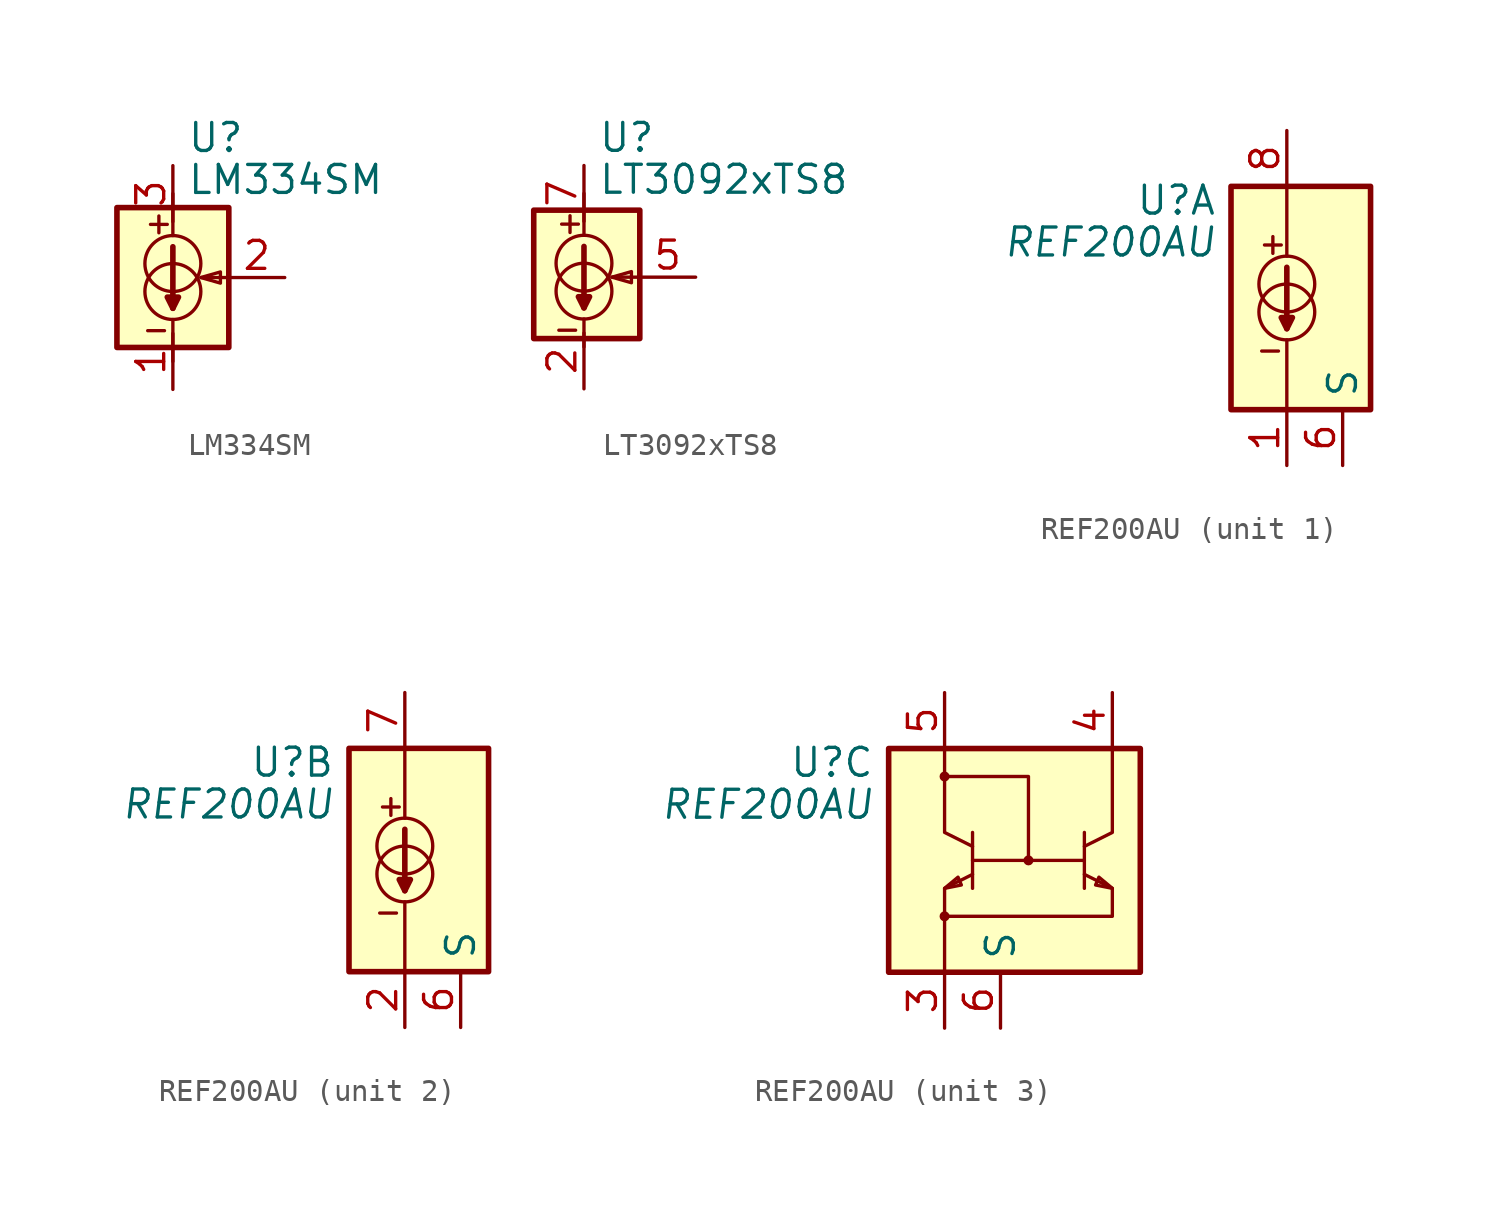
<source format=kicad_sym>
(kicad_symbol_lib
  (version 20201005)
  (generator kicad_symbol_editor)
  (symbol "LM334SM"
    (property "Reference" "U"
      (at 0.635 6.35 0)
      (effects (font (size 1.27 1.27)) (justify left)))
    (property "Value" "LM334SM"
      (at 0.635 4.445 0)
      (effects (font (size 1.27 1.27)) (justify left)))
    (symbol "LM334SM_0_1"
      (circle (center 0 -0.635) (radius 1.27) (stroke (width 0)) (fill (type none)))
      (circle (center 0 0.635) (radius 1.27) (stroke (width 0)) (fill (type none)))
      (rectangle (start -2.54 3.175) (end 2.54 -3.175) (stroke (width 0.254)) (fill (type background)))
      (polyline (pts (xy -1.143 -2.413) (xy -0.381 -2.413)) (stroke (width 0)) (fill (type none)))
      (polyline (pts (xy -1.016 2.413) (xy -0.254 2.413)) (stroke (width 0)) (fill (type none)))
      (polyline (pts (xy -0.635 2.794) (xy -0.635 2.032)) (stroke (width 0)) (fill (type none)))
      (polyline (pts (xy 0 -1.905) (xy 0 -3.81)) (stroke (width 0)) (fill (type none)))
      (polyline (pts (xy 0 1.397) (xy 0 -1.397)) (stroke (width 0.254)) (fill (type none)))
      (polyline (pts (xy 0 3.81) (xy 0 1.905)) (stroke (width 0)) (fill (type none)))
      (polyline (pts (xy 2.54 0) (xy 1.27 0)) (stroke (width 0)) (fill (type none)))
      (polyline (pts (xy 0 -1.397) (xy -0.254 -0.889) (xy 0.254 -0.889) (xy 0 -1.397)) (stroke (width 0.254)) (fill (type none)))
      (polyline (pts (xy 1.27 0) (xy 2.159 0.254) (xy 2.159 -0.254) (xy 1.27 0)) (stroke (width 0)) (fill (type none))))
    (symbol "LM334SM_1_1"
      (pin passive line (at 0 -5.08 90) (length 2.54) (name "~" (effects (font (size 1.27 1.27)))) (number "1" (effects (font (size 1.27 1.27)))))
      (pin passive line (at 5.08 0 180) (length 2.54) (name "~" (effects (font (size 1.27 1.27)))) (number "2" (effects (font (size 1.27 1.27)))))
      (pin passive line (at 0 5.08 270) (length 2.54) (name "~" (effects (font (size 1.27 1.27)))) (number "3" (effects (font (size 1.27 1.27)))))))
  (symbol "LT3092xTS8"
    (property "Reference" "U"
      (at 0.635 6.35 0)
      (effects (font (size 1.27 1.27)) (justify left)))
    (property "Value" "LT3092xTS8"
      (at 0.635 4.445 0)
      (effects (font (size 1.27 1.27)) (justify left)))
    (symbol "LT3092xTS8_0_1"
      (circle (center 0 -0.635) (radius 1.27) (stroke (width 0)) (fill (type none)))
      (circle (center 0 0.635) (radius 1.27) (stroke (width 0)) (fill (type none)))
      (rectangle (start -2.286 3.048) (end 2.54 -2.794) (stroke (width 0.254)) (fill (type background)))
      (polyline (pts (xy -1.143 -2.413) (xy -0.381 -2.413)) (stroke (width 0)) (fill (type none)))
      (polyline (pts (xy -1.016 2.413) (xy -0.254 2.413)) (stroke (width 0)) (fill (type none)))
      (polyline (pts (xy -0.635 2.794) (xy -0.635 2.032)) (stroke (width 0)) (fill (type none)))
      (polyline (pts (xy 0 -1.905) (xy 0 -3.175)) (stroke (width 0)) (fill (type none)))
      (polyline (pts (xy 0 1.397) (xy 0 -1.397)) (stroke (width 0.254)) (fill (type none)))
      (polyline (pts (xy 0 3.81) (xy 0 1.905)) (stroke (width 0)) (fill (type none)))
      (polyline (pts (xy 2.54 0) (xy 1.27 0)) (stroke (width 0)) (fill (type none)))
      (polyline (pts (xy 0 -1.397) (xy -0.254 -0.889) (xy 0.254 -0.889) (xy 0 -1.397)) (stroke (width 0.254)) (fill (type none)))
      (polyline (pts (xy 1.27 0) (xy 2.159 0.254) (xy 2.159 -0.254) (xy 1.27 0)) (stroke (width 0)) (fill (type none))))
    (symbol "LT3092xTS8_1_1"
      (pin no_connect line (at -1.27 2.54 0) (length 2.54) hide (name "NC" (effects (font (size 1.27 1.27)))) (number "1" (effects (font (size 1.27 1.27)))))
      (pin passive line (at 0 -5.08 90) (length 2.54) (name "~" (effects (font (size 1.27 1.27)))) (number "2" (effects (font (size 1.27 1.27)))))
      (pin passive line (at 0 -5.08 90) (length 2.54) hide (name "~" (effects (font (size 1.27 1.27)))) (number "3" (effects (font (size 1.27 1.27)))))
      (pin passive line (at 0 -5.08 90) (length 2.54) hide (name "~" (effects (font (size 1.27 1.27)))) (number "4" (effects (font (size 1.27 1.27)))))
      (pin passive line (at 5.08 0 180) (length 2.54) (name "~" (effects (font (size 1.27 1.27)))) (number "5" (effects (font (size 1.27 1.27)))))
      (pin no_connect line (at -1.27 0 0) (length 2.54) hide (name "NC" (effects (font (size 1.27 1.27)))) (number "6" (effects (font (size 1.27 1.27)))))
      (pin passive line (at 0 5.08 270) (length 2.54) (name "~" (effects (font (size 1.27 1.27)))) (number "7" (effects (font (size 1.27 1.27)))))
      (pin passive line (at 0 5.08 270) (length 2.54) hide (name "~" (effects (font (size 1.27 1.27)))) (number "8" (effects (font (size 1.27 1.27)))))))
  (symbol "REF200AU"
    (property "Reference" "U"
      (at -3.175 4.445 0)
      (effects (font (size 1.27 1.27)) (justify right)))
    (property "Value" "REF200AU"
      (at -3.175 2.54 0)
      (effects (font (size 1.27 1.27) italic) (justify right)))
    (property "ki_locked" ""
      (at 0 0 0)
      (effects (font (size 1.27 1.27))))
    (symbol "REF200AU_0_1"
      (pin passive line (at 2.54 -7.62 90) (length 2.54) (name "S" (effects (font (size 1.27 1.27)))) (number "6" (effects (font (size 1.27 1.27))))))
    (symbol "REF200AU_1_1"
      (circle (center 0 -0.635) (radius 1.27) (stroke (width 0)) (fill (type none)))
      (circle (center 0 0.635) (radius 1.27) (stroke (width 0)) (fill (type none)))
      (rectangle (start -2.54 5.08) (end 3.81 -5.08) (stroke (width 0.254)) (fill (type background)))
      (polyline (pts (xy -1.143 -2.413) (xy -0.381 -2.413)) (stroke (width 0)) (fill (type none)))
      (polyline (pts (xy -1.016 2.413) (xy -0.254 2.413)) (stroke (width 0)) (fill (type none)))
      (polyline (pts (xy -0.635 2.794) (xy -0.635 2.032)) (stroke (width 0)) (fill (type none)))
      (polyline (pts (xy 0 -1.905) (xy 0 -5.08)) (stroke (width 0)) (fill (type none)))
      (polyline (pts (xy 0 1.397) (xy 0 -1.397)) (stroke (width 0.254)) (fill (type none)))
      (polyline (pts (xy 0 5.08) (xy 0 1.905)) (stroke (width 0)) (fill (type none)))
      (polyline (pts (xy 0 -1.397) (xy -0.254 -0.889) (xy 0.254 -0.889) (xy 0 -1.397)) (stroke (width 0.254)) (fill (type none)))
      (pin passive line (at 0 -7.62 90) (length 2.54) (name "~" (effects (font (size 1.27 1.27)))) (number "1" (effects (font (size 1.27 1.27)))))
      (pin passive line (at 0 7.62 270) (length 2.54) (name "~" (effects (font (size 1.27 1.27)))) (number "8" (effects (font (size 1.27 1.27))))))
    (symbol "REF200AU_2_1"
      (circle (center 0 -0.635) (radius 1.27) (stroke (width 0)) (fill (type none)))
      (circle (center 0 0.635) (radius 1.27) (stroke (width 0)) (fill (type none)))
      (rectangle (start -2.54 5.08) (end 3.81 -5.08) (stroke (width 0.254)) (fill (type background)))
      (polyline (pts (xy -1.143 -2.413) (xy -0.381 -2.413)) (stroke (width 0)) (fill (type none)))
      (polyline (pts (xy -1.016 2.413) (xy -0.254 2.413)) (stroke (width 0)) (fill (type none)))
      (polyline (pts (xy -0.635 2.794) (xy -0.635 2.032)) (stroke (width 0)) (fill (type none)))
      (polyline (pts (xy 0 -1.905) (xy 0 -5.08)) (stroke (width 0)) (fill (type none)))
      (polyline (pts (xy 0 1.397) (xy 0 -1.397)) (stroke (width 0.254)) (fill (type none)))
      (polyline (pts (xy 0 5.08) (xy 0 1.905)) (stroke (width 0)) (fill (type none)))
      (polyline (pts (xy 0 -1.397) (xy -0.254 -0.889) (xy 0.254 -0.889) (xy 0 -1.397)) (stroke (width 0.254)) (fill (type none)))
      (pin passive line (at 0 -7.62 90) (length 2.54) (name "~" (effects (font (size 1.27 1.27)))) (number "2" (effects (font (size 1.27 1.27)))))
      (pin passive line (at 0 7.62 270) (length 2.54) (name "~" (effects (font (size 1.27 1.27)))) (number "7" (effects (font (size 1.27 1.27))))))
    (symbol "REF200AU_3_1"
      (circle (center 0 -2.54) (radius 0.152) (stroke (width 0)) (fill (type none)))
      (circle (center 0 3.81) (radius 0.152) (stroke (width 0)) (fill (type none)))
      (circle (center 3.81 0) (radius 0.152) (stroke (width 0)) (fill (type none)))
      (rectangle (start -2.54 5.08) (end 8.89 -5.08) (stroke (width 0.254)) (fill (type background)))
      (polyline (pts (xy 0 3.81) (xy 0 5.08)) (stroke (width 0)) (fill (type none)))
      (polyline (pts (xy 1.27 -1.27) (xy 1.27 1.27)) (stroke (width 0)) (fill (type none)))
      (polyline (pts (xy 1.27 0) (xy 6.35 0)) (stroke (width 0)) (fill (type none)))
      (polyline (pts (xy 6.35 1.27) (xy 6.35 -1.27)) (stroke (width 0)) (fill (type none)))
      (polyline (pts (xy 0 -5.08) (xy 0 -1.27) (xy 1.27 -0.635)) (stroke (width 0)) (fill (type none)))
      (polyline (pts (xy 0 3.81) (xy 3.81 3.81) (xy 3.81 0)) (stroke (width 0)) (fill (type none)))
      (polyline (pts (xy 1.27 0.635) (xy 0 1.27) (xy 0 3.81)) (stroke (width 0)) (fill (type none)))
      (polyline (pts (xy 7.62 5.08) (xy 7.62 1.27) (xy 6.35 0.635)) (stroke (width 0)) (fill (type none)))
      (polyline (pts (xy 0 -1.27) (xy 0.61 -0.762) (xy 0.762 -1.118) (xy 0 -1.27)) (stroke (width 0)) (fill (type none)))
      (polyline (pts (xy 6.35 -0.635) (xy 7.62 -1.27) (xy 7.62 -2.54) (xy 0 -2.54)) (stroke (width 0)) (fill (type none)))
      (polyline (pts (xy 7.62 -1.27) (xy 7.01 -0.762) (xy 6.858 -1.118) (xy 7.62 -1.27)) (stroke (width 0)) (fill (type none)))
      (pin passive line (at 0 -7.62 90) (length 2.54) (name "~" (effects (font (size 1.27 1.27)))) (number "3" (effects (font (size 1.27 1.27)))))
      (pin passive line (at 7.62 7.62 270) (length 2.54) (name "~" (effects (font (size 1.27 1.27)))) (number "4" (effects (font (size 1.27 1.27)))))
      (pin passive line (at 0 7.62 270) (length 2.54) (name "~" (effects (font (size 1.27 1.27)))) (number "5" (effects (font (size 1.27 1.27))))))))
</source>
